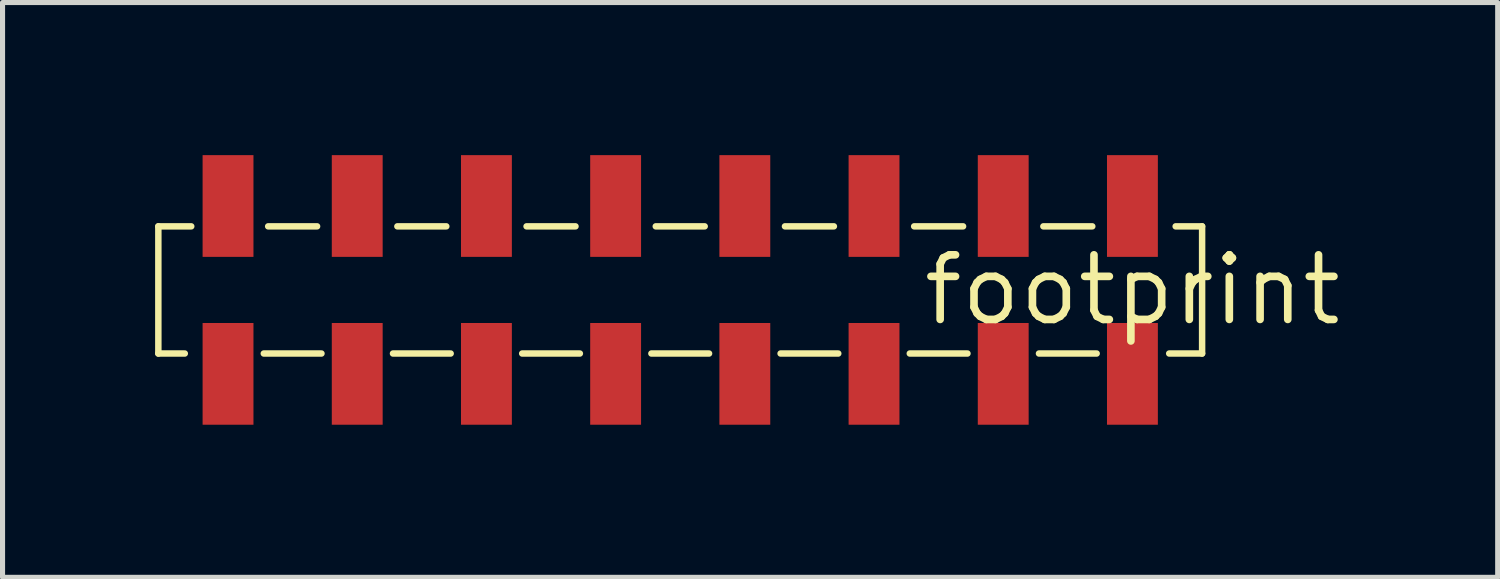
<source format=kicad_pcb>
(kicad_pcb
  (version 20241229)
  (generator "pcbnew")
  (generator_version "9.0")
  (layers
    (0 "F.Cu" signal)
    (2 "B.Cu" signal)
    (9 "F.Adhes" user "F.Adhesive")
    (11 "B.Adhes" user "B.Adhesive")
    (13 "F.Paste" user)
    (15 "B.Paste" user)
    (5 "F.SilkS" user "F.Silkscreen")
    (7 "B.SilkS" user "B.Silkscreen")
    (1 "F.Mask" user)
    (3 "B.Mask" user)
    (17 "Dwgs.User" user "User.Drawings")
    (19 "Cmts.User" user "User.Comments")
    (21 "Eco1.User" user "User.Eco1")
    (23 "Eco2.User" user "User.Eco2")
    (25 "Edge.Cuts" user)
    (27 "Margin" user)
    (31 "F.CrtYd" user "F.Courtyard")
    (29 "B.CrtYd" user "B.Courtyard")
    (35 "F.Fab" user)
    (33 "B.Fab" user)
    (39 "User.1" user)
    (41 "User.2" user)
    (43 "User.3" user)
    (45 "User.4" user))
  (footprint "footprint"
    (layer "F.Cu")
    (at 19.213 2.65)
    (property "Reference" "footprint" (at 0 0 0) (layer "F.SilkS") (effects (font (size 1.27 1.27) (thickness 0.15))))
    (fp_line (start -19.15 -1.25) (end -18.503 -1.25) (stroke (width 0.127) (type solid)) (layer "F.SilkS"))
    (fp_line (start -19.15 1.25) (end -19.15 -1.25) (stroke (width 0.127) (type solid)) (layer "F.SilkS"))
    (fp_line (start -18.63 1.25) (end -19.15 1.25) (stroke (width 0.127) (type solid)) (layer "F.SilkS"))
    (fp_line (start -16.991 -1.25) (end -16.029 -1.25) (stroke (width 0.127) (type solid)) (layer "F.SilkS"))
    (fp_line (start -15.943 1.25) (end -17.077 1.25) (stroke (width 0.127) (type solid)) (layer "F.SilkS"))
    (fp_line (start -14.451 -1.25) (end -13.489 -1.25) (stroke (width 0.127) (type solid)) (layer "F.SilkS"))
    (fp_line (start -13.403 1.25) (end -14.537 1.25) (stroke (width 0.127) (type solid)) (layer "F.SilkS"))
    (fp_line (start -11.911 -1.25) (end -10.949 -1.25) (stroke (width 0.127) (type solid)) (layer "F.SilkS"))
    (fp_line (start -10.863 1.25) (end -11.997 1.25) (stroke (width 0.127) (type solid)) (layer "F.SilkS"))
    (fp_line (start -9.371 -1.25) (end -8.409 -1.25) (stroke (width 0.127) (type solid)) (layer "F.SilkS"))
    (fp_line (start -8.323 1.25) (end -9.457 1.25) (stroke (width 0.127) (type solid)) (layer "F.SilkS"))
    (fp_line (start -6.831 -1.25) (end -5.869 -1.25) (stroke (width 0.127) (type solid)) (layer "F.SilkS"))
    (fp_line (start -5.783 1.25) (end -6.917 1.25) (stroke (width 0.127) (type solid)) (layer "F.SilkS"))
    (fp_line (start -4.291 -1.25) (end -3.329 -1.25) (stroke (width 0.127) (type solid)) (layer "F.SilkS"))
    (fp_line (start -3.243 1.25) (end -4.377 1.25) (stroke (width 0.127) (type solid)) (layer "F.SilkS"))
    (fp_line (start -1.751 -1.25) (end -0.789 -1.25) (stroke (width 0.127) (type solid)) (layer "F.SilkS"))
    (fp_line (start -0.703 1.25) (end -1.837 1.25) (stroke (width 0.127) (type solid)) (layer "F.SilkS"))
    (fp_line (start 0.85 -1.25) (end 1.37 -1.25) (stroke (width 0.127) (type solid)) (layer "F.SilkS"))
    (fp_line (start 1.37 -1.25) (end 1.37 1.25) (stroke (width 0.127) (type solid)) (layer "F.SilkS"))
    (fp_line (start 1.37 1.25) (end 0.723 1.25) (stroke (width 0.127) (type solid)) (layer "F.SilkS"))
    (pad "1" smd rect (at -17.78 -1.65 90) (size 2 1) (layers "F.Cu" "F.Mask" "F.Paste"))
    (pad "1@2" smd rect (at -17.78 1.65 270) (size 2 1) (layers "F.Cu" "F.Mask" "F.Paste"))
    (pad "2" smd rect (at -15.24 1.65 90) (size 2 1) (layers "F.Cu" "F.Mask" "F.Paste"))
    (pad "2@2" smd rect (at -15.24 -1.65 270) (size 2 1) (layers "F.Cu" "F.Mask" "F.Paste"))
    (pad "3" smd rect (at -12.7 -1.65 90) (size 2 1) (layers "F.Cu" "F.Mask" "F.Paste"))
    (pad "3@2" smd rect (at -12.7 1.65 270) (size 2 1) (layers "F.Cu" "F.Mask" "F.Paste"))
    (pad "4" smd rect (at -10.16 1.65 90) (size 2 1) (layers "F.Cu" "F.Mask" "F.Paste"))
    (pad "4@2" smd rect (at -10.16 -1.65 270) (size 2 1) (layers "F.Cu" "F.Mask" "F.Paste"))
    (pad "5" smd rect (at -7.62 -1.65 90) (size 2 1) (layers "F.Cu" "F.Mask" "F.Paste"))
    (pad "5@2" smd rect (at -7.62 1.65 270) (size 2 1) (layers "F.Cu" "F.Mask" "F.Paste"))
    (pad "6" smd rect (at -5.08 1.65 90) (size 2 1) (layers "F.Cu" "F.Mask" "F.Paste"))
    (pad "6@2" smd rect (at -5.08 -1.65 270) (size 2 1) (layers "F.Cu" "F.Mask" "F.Paste"))
    (pad "7" smd rect (at -2.54 -1.65 90) (size 2 1) (layers "F.Cu" "F.Mask" "F.Paste"))
    (pad "7@2" smd rect (at -2.54 1.65 270) (size 2 1) (layers "F.Cu" "F.Mask" "F.Paste"))
    (pad "8" smd rect (at 0 1.65 270) (size 2 1) (layers "F.Cu" "F.Mask" "F.Paste"))
    (pad "8@2" smd rect (at 0 -1.65 270) (size 2 1) (layers "F.Cu" "F.Mask" "F.Paste")))
  (gr_rect
    (start -3 -3)
    (end 26.394 8.3)
    (stroke (width 0.1) (type default))
    (fill no)
    (layer "Edge.Cuts")))
</source>
